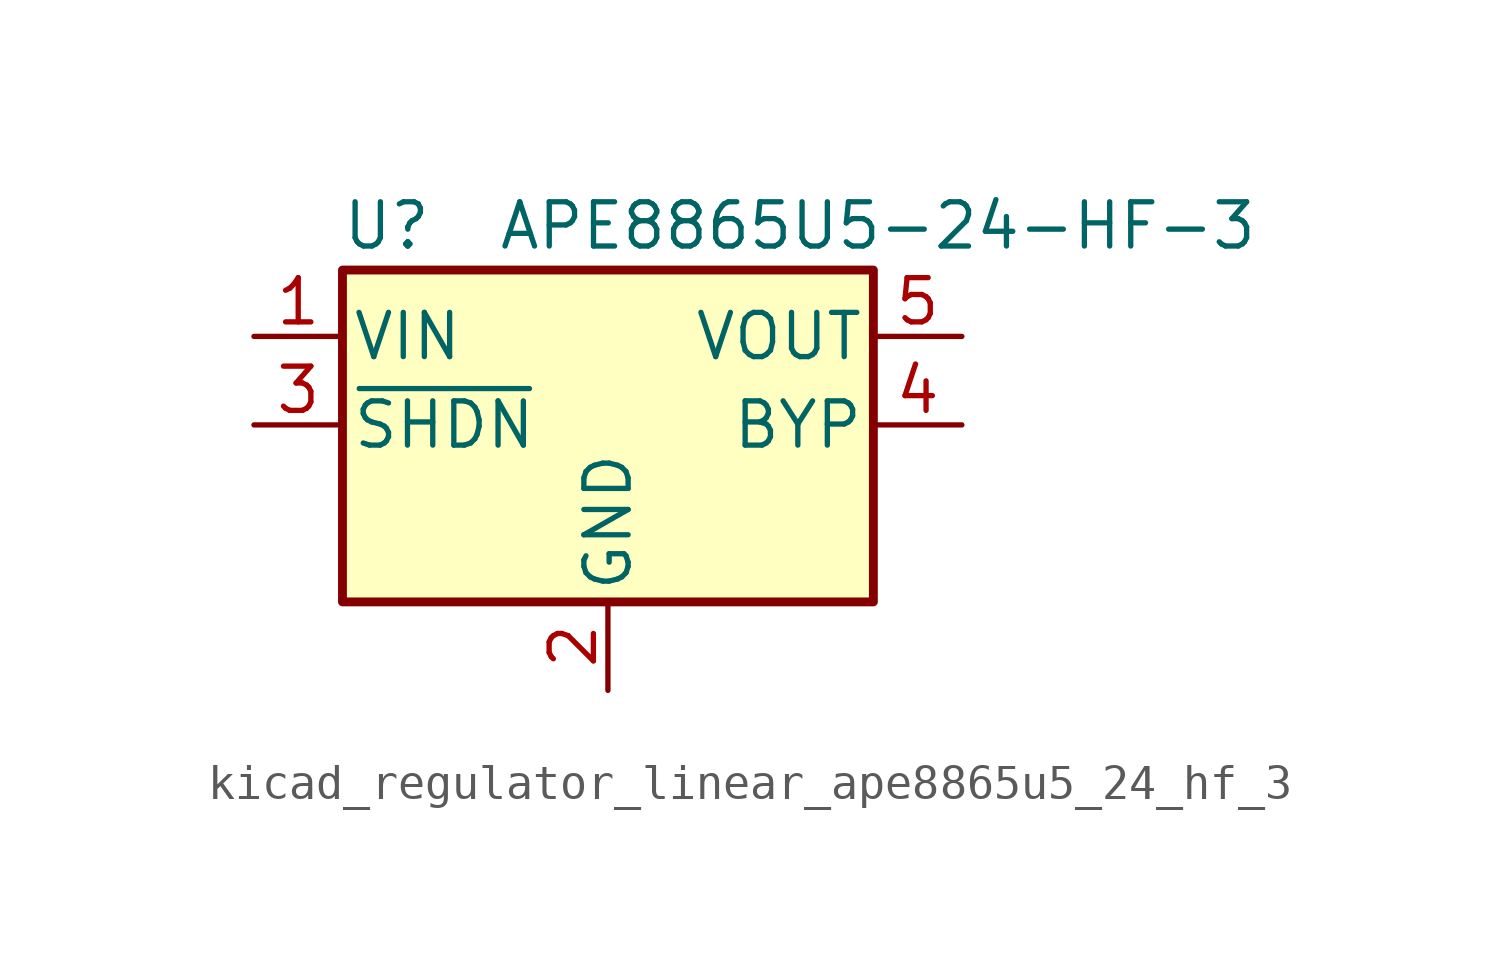
<source format=kicad_sym>
(kicad_symbol_lib
  (version 20220914)
  (generator kicad_symbol_editor)
  (symbol "kicad_regulator_linear_ape8865u5_24_hf_3"
    (pin_names
      (offset 0.254))
    (property "Reference" "U"
      (at -6.35 5.715 0)
      (effects (font (size 1.27 1.27))))
    (property "Value" "APE8865U5-24-HF-3"
      (at -3.175 5.715 0)
      (effects (font (size 1.27 1.27)) (justify left)))
    (symbol "kicad_regulator_linear_ape8865u5_24_hf_3_0_1"
      (rectangle (start -7.62 4.445) (end 7.62 -5.08) (stroke (width 0.254) (type default)) (fill (type background))))
    (symbol "kicad_regulator_linear_ape8865u5_24_hf_3_1_1"
      (pin power_in line (at -10.16 2.54 0) (length 2.54) (name "VIN" (effects (font (size 1.27 1.27)))) (number "1" (effects (font (size 1.27 1.27)))))
      (pin power_in line (at 0 -7.62 90) (length 2.54) (name "GND" (effects (font (size 1.27 1.27)))) (number "2" (effects (font (size 1.27 1.27)))))
      (pin input line (at -10.16 0 0) (length 2.54) (name "~{SHDN}" (effects (font (size 1.27 1.27)))) (number "3" (effects (font (size 1.27 1.27)))))
      (pin input line (at 10.16 0 180) (length 2.54) (name "BYP" (effects (font (size 1.27 1.27)))) (number "4" (effects (font (size 1.27 1.27)))))
      (pin power_out line (at 10.16 2.54 180) (length 2.54) (name "VOUT" (effects (font (size 1.27 1.27)))) (number "5" (effects (font (size 1.27 1.27))))))))
</source>
